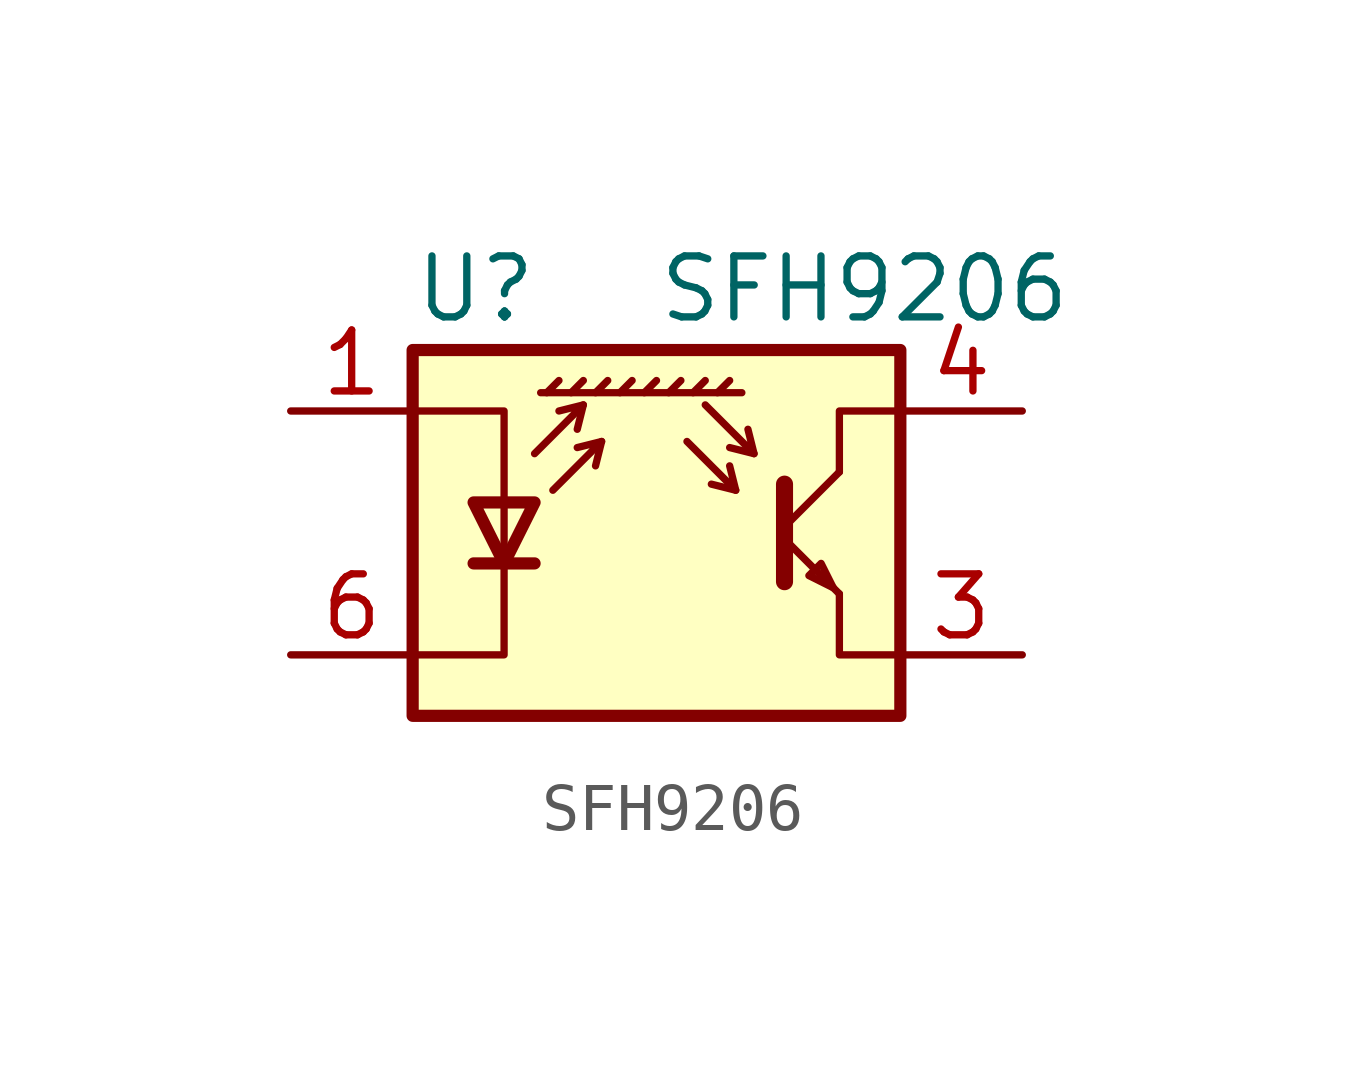
<source format=kicad_sym>
(kicad_symbol_lib
  (version 20210619)
  (generator kicad_symbol_editor)
  (symbol "custom:SFH9206"
    (pin_names
      (offset 0.025) hide)
    (property "Reference" "U"
      (at -5.08 5.08 0)
      (effects (font (size 1.27 1.27)) (justify left)))
    (property "Value" "SFH9206"
      (at 0 5.08 0)
      (effects (font (size 1.27 1.27)) (justify left)))
    (symbol "SFH9206_0_1"
      (polyline (pts (xy -3.81 -0.635) (xy -2.54 -0.635)) (stroke (width 0.254)) (fill (type none)))
      (polyline (pts (xy -2.286 2.921) (xy -2.032 3.175)) (stroke (width 0)) (fill (type none)))
      (polyline (pts (xy -1.778 2.921) (xy -1.524 3.175)) (stroke (width 0)) (fill (type none)))
      (polyline (pts (xy -1.524 2.667) (xy -1.651 2.159)) (stroke (width 0)) (fill (type none)))
      (polyline (pts (xy -1.27 2.921) (xy -1.016 3.175)) (stroke (width 0)) (fill (type none)))
      (polyline (pts (xy -1.143 1.905) (xy -1.27 1.397)) (stroke (width 0)) (fill (type none)))
      (polyline (pts (xy -0.762 2.921) (xy -0.508 3.175)) (stroke (width 0)) (fill (type none)))
      (polyline (pts (xy -0.254 2.921) (xy 0 3.175)) (stroke (width 0)) (fill (type none)))
      (polyline (pts (xy 0.254 2.921) (xy 0.508 3.175)) (stroke (width 0)) (fill (type none)))
      (polyline (pts (xy 0.762 2.921) (xy 1.016 3.175)) (stroke (width 0)) (fill (type none)))
      (polyline (pts (xy 1.27 2.921) (xy 1.524 3.175)) (stroke (width 0)) (fill (type none)))
      (polyline (pts (xy 1.651 0.889) (xy 1.143 1.016)) (stroke (width 0)) (fill (type none)))
      (polyline (pts (xy 1.778 2.921) (xy -2.413 2.921)) (stroke (width 0)) (fill (type none)))
      (polyline (pts (xy 2.032 1.651) (xy 1.524 1.778)) (stroke (width 0)) (fill (type none)))
      (polyline (pts (xy 2.667 -0.127) (xy 3.81 -1.27)) (stroke (width 0)) (fill (type none)))
      (polyline (pts (xy 2.667 0.127) (xy 3.81 1.27)) (stroke (width 0)) (fill (type none)))
      (polyline (pts (xy -2.54 1.651) (xy -1.524 2.667) (xy -2.032 2.54)) (stroke (width 0)) (fill (type none)))
      (polyline (pts (xy -2.159 0.889) (xy -1.143 1.905) (xy -1.651 1.778)) (stroke (width 0)) (fill (type none)))
      (polyline (pts (xy 0.635 1.905) (xy 1.651 0.889) (xy 1.524 1.397)) (stroke (width 0)) (fill (type none)))
      (polyline (pts (xy 1.016 2.667) (xy 2.032 1.651) (xy 1.905 2.159)) (stroke (width 0)) (fill (type none)))
      (polyline (pts (xy 2.667 1.016) (xy 2.667 -1.016) (xy 2.667 -1.016)) (stroke (width 0.356)) (fill (type none)))
      (polyline (pts (xy 3.81 -1.27) (xy 3.81 -2.54) (xy 5.08 -2.54)) (stroke (width 0)) (fill (type none)))
      (polyline (pts (xy 3.81 1.27) (xy 3.81 2.54) (xy 5.08 2.54)) (stroke (width 0)) (fill (type none)))
      (polyline (pts (xy -5.08 -2.54) (xy -3.175 -2.54) (xy -3.175 2.54) (xy -5.08 2.54)) (stroke (width 0)) (fill (type none)))
      (polyline (pts (xy -3.175 -0.635) (xy -3.81 0.635) (xy -2.54 0.635) (xy -3.175 -0.635)) (stroke (width 0.254)) (fill (type none)))
      (polyline (pts (xy 3.683 -1.143) (xy 3.429 -0.635) (xy 3.175 -0.889) (xy 3.683 -1.143)) (stroke (width 0)) (fill (type none)))
      (polyline (pts (xy -5.08 -3.81) (xy 5.08 -3.81) (xy 5.08 3.81) (xy -5.08 3.81) (xy -5.08 -3.81)) (stroke (width 0.254)) (fill (type background))))
    (symbol "SFH9206_1_1"
      (pin passive line (at -7.62 2.54 0) (length 2.54) (name "A" (effects (font (size 1.27 1.27)))) (number "1" (effects (font (size 1.27 1.27)))))
      (pin no_connect line (at -5.08 0 0) (length 2.54) hide (name "NC" (effects (font (size 1.27 1.27)))) (number "2" (effects (font (size 1.27 1.27)))))
      (pin open_emitter line (at 7.62 -2.54 180) (length 2.54) (name "E" (effects (font (size 1.27 1.27)))) (number "3" (effects (font (size 1.27 1.27)))))
      (pin open_collector line (at 7.62 2.54 180) (length 2.54) (name "C" (effects (font (size 1.27 1.27)))) (number "4" (effects (font (size 1.27 1.27)))))
      (pin no_connect line (at 5.08 0 180) (length 2.54) hide (name "NC" (effects (font (size 1.27 1.27)))) (number "5" (effects (font (size 1.27 1.27)))))
      (pin passive line (at -7.62 -2.54 0) (length 2.54) (name "K" (effects (font (size 1.27 1.27)))) (number "6" (effects (font (size 1.27 1.27))))))))
</source>
